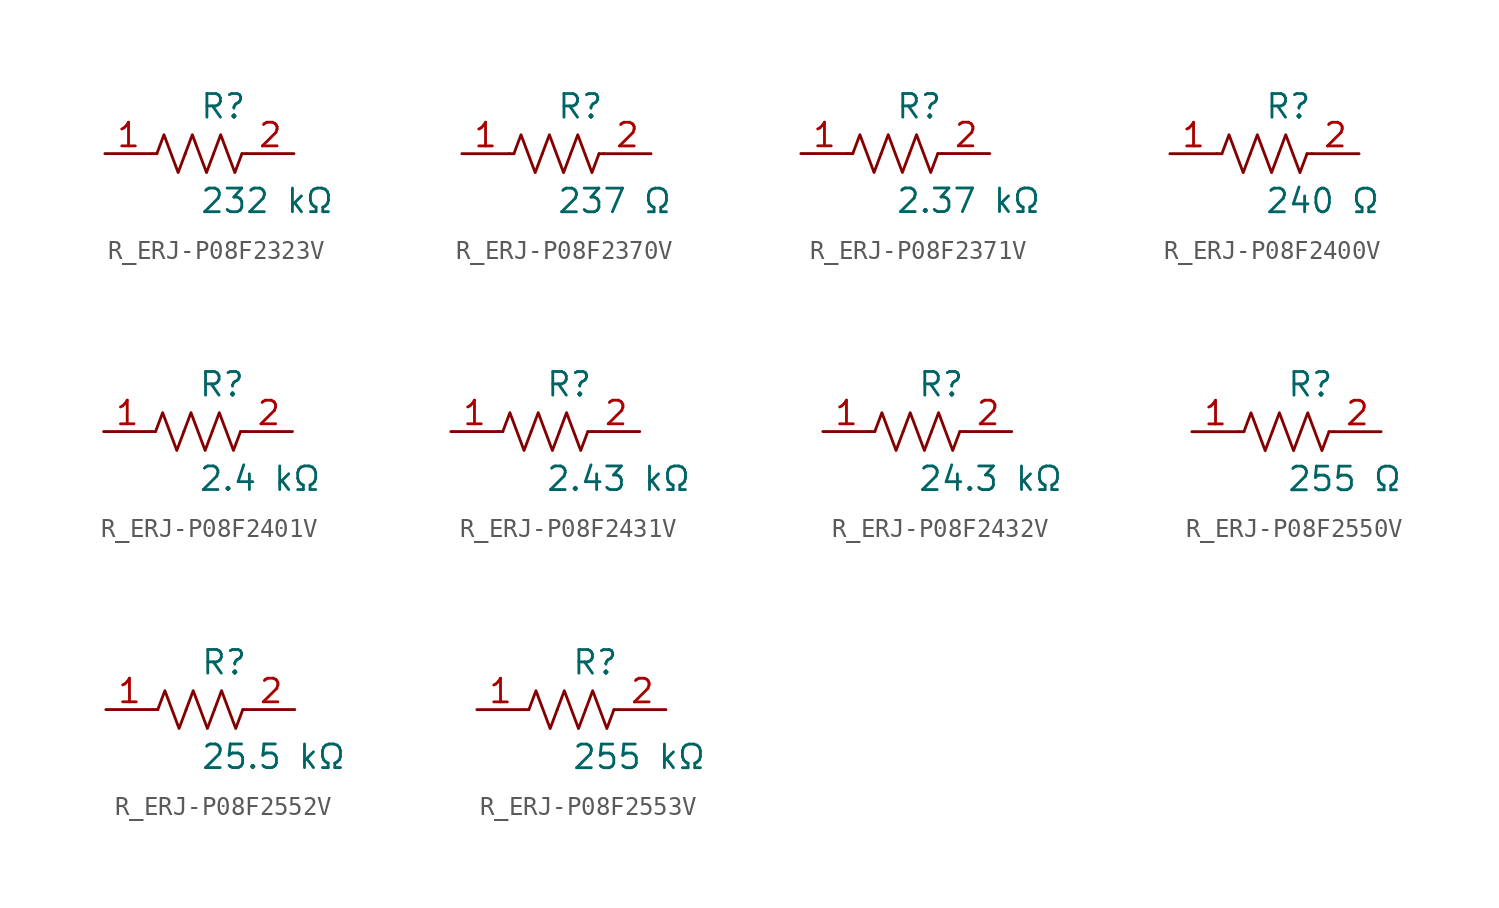
<source format=kicad_sym>
(kicad_symbol_lib
  (version 20231120)
  (generator kicad_symbol_editor)
  (generator_version 8.0)
  (symbol "R_ERJ-P08F2323V"
    (pin_names
      (offset 0.254))
    (property "Reference" "R"
      (at 0.0 2.54 0)
      (effects (font (size 1.27 1.27)) (justify left)))
    (property "Value" "232 kΩ"
      (at 0.0 -2.54 0)
      (effects (font (size 1.27 1.27)) (justify left)))
    (symbol "R_ERJ-P08F2323V_0_1"
      (polyline (pts (xy 2.286 0) (xy 2.54 0)) (stroke (width 0) (type default)) (fill (type none)))
      (polyline (pts (xy -2.286 0) (xy -2.54 0)) (stroke (width 0) (type default)) (fill (type none)))
      (polyline (pts (xy 0.762 0) (xy 1.143 1.016) (xy 1.524 0) (xy 1.905 -1.016) (xy 2.286 0)) (stroke (width 0) (type default)) (fill (type none)))
      (polyline (pts (xy -0.762 0) (xy -0.381 1.016) (xy 0 0) (xy 0.381 -1.016) (xy 0.762 0)) (stroke (width 0) (type default)) (fill (type none)))
      (polyline (pts (xy -2.286 0) (xy -1.905 1.016) (xy -1.524 0) (xy -1.143 -1.016) (xy -0.762 0)) (stroke (width 0) (type default)) (fill (type none))))
    (pin unspecified line
      (at -5.08 0 0)
      (length 2.54)
      (name "" (effects (font (size 1.27 1.27))))
      (number "1" (effects (font (size 1.27 1.27)))))
    (pin unspecified line
      (at 5.08 0 180)
      (length 2.54)
      (name "" (effects (font (size 1.27 1.27))))
      (number "2" (effects (font (size 1.27 1.27))))))
  (symbol "R_ERJ-P08F2370V"
    (pin_names
      (offset 0.254))
    (property "Reference" "R"
      (at 0.0 2.54 0)
      (effects (font (size 1.27 1.27)) (justify left)))
    (property "Value" "237 Ω"
      (at 0.0 -2.54 0)
      (effects (font (size 1.27 1.27)) (justify left)))
    (symbol "R_ERJ-P08F2370V_0_1"
      (polyline (pts (xy 2.286 0) (xy 2.54 0)) (stroke (width 0) (type default)) (fill (type none)))
      (polyline (pts (xy -2.286 0) (xy -2.54 0)) (stroke (width 0) (type default)) (fill (type none)))
      (polyline (pts (xy 0.762 0) (xy 1.143 1.016) (xy 1.524 0) (xy 1.905 -1.016) (xy 2.286 0)) (stroke (width 0) (type default)) (fill (type none)))
      (polyline (pts (xy -0.762 0) (xy -0.381 1.016) (xy 0 0) (xy 0.381 -1.016) (xy 0.762 0)) (stroke (width 0) (type default)) (fill (type none)))
      (polyline (pts (xy -2.286 0) (xy -1.905 1.016) (xy -1.524 0) (xy -1.143 -1.016) (xy -0.762 0)) (stroke (width 0) (type default)) (fill (type none))))
    (pin unspecified line
      (at -5.08 0 0)
      (length 2.54)
      (name "" (effects (font (size 1.27 1.27))))
      (number "1" (effects (font (size 1.27 1.27)))))
    (pin unspecified line
      (at 5.08 0 180)
      (length 2.54)
      (name "" (effects (font (size 1.27 1.27))))
      (number "2" (effects (font (size 1.27 1.27))))))
  (symbol "R_ERJ-P08F2371V"
    (pin_names
      (offset 0.254))
    (property "Reference" "R"
      (at 0.0 2.54 0)
      (effects (font (size 1.27 1.27)) (justify left)))
    (property "Value" "2.37 kΩ"
      (at 0.0 -2.54 0)
      (effects (font (size 1.27 1.27)) (justify left)))
    (symbol "R_ERJ-P08F2371V_0_1"
      (polyline (pts (xy 2.286 0) (xy 2.54 0)) (stroke (width 0) (type default)) (fill (type none)))
      (polyline (pts (xy -2.286 0) (xy -2.54 0)) (stroke (width 0) (type default)) (fill (type none)))
      (polyline (pts (xy 0.762 0) (xy 1.143 1.016) (xy 1.524 0) (xy 1.905 -1.016) (xy 2.286 0)) (stroke (width 0) (type default)) (fill (type none)))
      (polyline (pts (xy -0.762 0) (xy -0.381 1.016) (xy 0 0) (xy 0.381 -1.016) (xy 0.762 0)) (stroke (width 0) (type default)) (fill (type none)))
      (polyline (pts (xy -2.286 0) (xy -1.905 1.016) (xy -1.524 0) (xy -1.143 -1.016) (xy -0.762 0)) (stroke (width 0) (type default)) (fill (type none))))
    (pin unspecified line
      (at -5.08 0 0)
      (length 2.54)
      (name "" (effects (font (size 1.27 1.27))))
      (number "1" (effects (font (size 1.27 1.27)))))
    (pin unspecified line
      (at 5.08 0 180)
      (length 2.54)
      (name "" (effects (font (size 1.27 1.27))))
      (number "2" (effects (font (size 1.27 1.27))))))
  (symbol "R_ERJ-P08F2400V"
    (pin_names
      (offset 0.254))
    (property "Reference" "R"
      (at 0.0 2.54 0)
      (effects (font (size 1.27 1.27)) (justify left)))
    (property "Value" "240 Ω"
      (at 0.0 -2.54 0)
      (effects (font (size 1.27 1.27)) (justify left)))
    (symbol "R_ERJ-P08F2400V_0_1"
      (polyline (pts (xy 2.286 0) (xy 2.54 0)) (stroke (width 0) (type default)) (fill (type none)))
      (polyline (pts (xy -2.286 0) (xy -2.54 0)) (stroke (width 0) (type default)) (fill (type none)))
      (polyline (pts (xy 0.762 0) (xy 1.143 1.016) (xy 1.524 0) (xy 1.905 -1.016) (xy 2.286 0)) (stroke (width 0) (type default)) (fill (type none)))
      (polyline (pts (xy -0.762 0) (xy -0.381 1.016) (xy 0 0) (xy 0.381 -1.016) (xy 0.762 0)) (stroke (width 0) (type default)) (fill (type none)))
      (polyline (pts (xy -2.286 0) (xy -1.905 1.016) (xy -1.524 0) (xy -1.143 -1.016) (xy -0.762 0)) (stroke (width 0) (type default)) (fill (type none))))
    (pin unspecified line
      (at -5.08 0 0)
      (length 2.54)
      (name "" (effects (font (size 1.27 1.27))))
      (number "1" (effects (font (size 1.27 1.27)))))
    (pin unspecified line
      (at 5.08 0 180)
      (length 2.54)
      (name "" (effects (font (size 1.27 1.27))))
      (number "2" (effects (font (size 1.27 1.27))))))
  (symbol "R_ERJ-P08F2401V"
    (pin_names
      (offset 0.254))
    (property "Reference" "R"
      (at 0.0 2.54 0)
      (effects (font (size 1.27 1.27)) (justify left)))
    (property "Value" "2.4 kΩ"
      (at 0.0 -2.54 0)
      (effects (font (size 1.27 1.27)) (justify left)))
    (symbol "R_ERJ-P08F2401V_0_1"
      (polyline (pts (xy 2.286 0) (xy 2.54 0)) (stroke (width 0) (type default)) (fill (type none)))
      (polyline (pts (xy -2.286 0) (xy -2.54 0)) (stroke (width 0) (type default)) (fill (type none)))
      (polyline (pts (xy 0.762 0) (xy 1.143 1.016) (xy 1.524 0) (xy 1.905 -1.016) (xy 2.286 0)) (stroke (width 0) (type default)) (fill (type none)))
      (polyline (pts (xy -0.762 0) (xy -0.381 1.016) (xy 0 0) (xy 0.381 -1.016) (xy 0.762 0)) (stroke (width 0) (type default)) (fill (type none)))
      (polyline (pts (xy -2.286 0) (xy -1.905 1.016) (xy -1.524 0) (xy -1.143 -1.016) (xy -0.762 0)) (stroke (width 0) (type default)) (fill (type none))))
    (pin unspecified line
      (at -5.08 0 0)
      (length 2.54)
      (name "" (effects (font (size 1.27 1.27))))
      (number "1" (effects (font (size 1.27 1.27)))))
    (pin unspecified line
      (at 5.08 0 180)
      (length 2.54)
      (name "" (effects (font (size 1.27 1.27))))
      (number "2" (effects (font (size 1.27 1.27))))))
  (symbol "R_ERJ-P08F2431V"
    (pin_names
      (offset 0.254))
    (property "Reference" "R"
      (at 0.0 2.54 0)
      (effects (font (size 1.27 1.27)) (justify left)))
    (property "Value" "2.43 kΩ"
      (at 0.0 -2.54 0)
      (effects (font (size 1.27 1.27)) (justify left)))
    (symbol "R_ERJ-P08F2431V_0_1"
      (polyline (pts (xy 2.286 0) (xy 2.54 0)) (stroke (width 0) (type default)) (fill (type none)))
      (polyline (pts (xy -2.286 0) (xy -2.54 0)) (stroke (width 0) (type default)) (fill (type none)))
      (polyline (pts (xy 0.762 0) (xy 1.143 1.016) (xy 1.524 0) (xy 1.905 -1.016) (xy 2.286 0)) (stroke (width 0) (type default)) (fill (type none)))
      (polyline (pts (xy -0.762 0) (xy -0.381 1.016) (xy 0 0) (xy 0.381 -1.016) (xy 0.762 0)) (stroke (width 0) (type default)) (fill (type none)))
      (polyline (pts (xy -2.286 0) (xy -1.905 1.016) (xy -1.524 0) (xy -1.143 -1.016) (xy -0.762 0)) (stroke (width 0) (type default)) (fill (type none))))
    (pin unspecified line
      (at -5.08 0 0)
      (length 2.54)
      (name "" (effects (font (size 1.27 1.27))))
      (number "1" (effects (font (size 1.27 1.27)))))
    (pin unspecified line
      (at 5.08 0 180)
      (length 2.54)
      (name "" (effects (font (size 1.27 1.27))))
      (number "2" (effects (font (size 1.27 1.27))))))
  (symbol "R_ERJ-P08F2432V"
    (pin_names
      (offset 0.254))
    (property "Reference" "R"
      (at 0.0 2.54 0)
      (effects (font (size 1.27 1.27)) (justify left)))
    (property "Value" "24.3 kΩ"
      (at 0.0 -2.54 0)
      (effects (font (size 1.27 1.27)) (justify left)))
    (symbol "R_ERJ-P08F2432V_0_1"
      (polyline (pts (xy 2.286 0) (xy 2.54 0)) (stroke (width 0) (type default)) (fill (type none)))
      (polyline (pts (xy -2.286 0) (xy -2.54 0)) (stroke (width 0) (type default)) (fill (type none)))
      (polyline (pts (xy 0.762 0) (xy 1.143 1.016) (xy 1.524 0) (xy 1.905 -1.016) (xy 2.286 0)) (stroke (width 0) (type default)) (fill (type none)))
      (polyline (pts (xy -0.762 0) (xy -0.381 1.016) (xy 0 0) (xy 0.381 -1.016) (xy 0.762 0)) (stroke (width 0) (type default)) (fill (type none)))
      (polyline (pts (xy -2.286 0) (xy -1.905 1.016) (xy -1.524 0) (xy -1.143 -1.016) (xy -0.762 0)) (stroke (width 0) (type default)) (fill (type none))))
    (pin unspecified line
      (at -5.08 0 0)
      (length 2.54)
      (name "" (effects (font (size 1.27 1.27))))
      (number "1" (effects (font (size 1.27 1.27)))))
    (pin unspecified line
      (at 5.08 0 180)
      (length 2.54)
      (name "" (effects (font (size 1.27 1.27))))
      (number "2" (effects (font (size 1.27 1.27))))))
  (symbol "R_ERJ-P08F2550V"
    (pin_names
      (offset 0.254))
    (property "Reference" "R"
      (at 0.0 2.54 0)
      (effects (font (size 1.27 1.27)) (justify left)))
    (property "Value" "255 Ω"
      (at 0.0 -2.54 0)
      (effects (font (size 1.27 1.27)) (justify left)))
    (symbol "R_ERJ-P08F2550V_0_1"
      (polyline (pts (xy 2.286 0) (xy 2.54 0)) (stroke (width 0) (type default)) (fill (type none)))
      (polyline (pts (xy -2.286 0) (xy -2.54 0)) (stroke (width 0) (type default)) (fill (type none)))
      (polyline (pts (xy 0.762 0) (xy 1.143 1.016) (xy 1.524 0) (xy 1.905 -1.016) (xy 2.286 0)) (stroke (width 0) (type default)) (fill (type none)))
      (polyline (pts (xy -0.762 0) (xy -0.381 1.016) (xy 0 0) (xy 0.381 -1.016) (xy 0.762 0)) (stroke (width 0) (type default)) (fill (type none)))
      (polyline (pts (xy -2.286 0) (xy -1.905 1.016) (xy -1.524 0) (xy -1.143 -1.016) (xy -0.762 0)) (stroke (width 0) (type default)) (fill (type none))))
    (pin unspecified line
      (at -5.08 0 0)
      (length 2.54)
      (name "" (effects (font (size 1.27 1.27))))
      (number "1" (effects (font (size 1.27 1.27)))))
    (pin unspecified line
      (at 5.08 0 180)
      (length 2.54)
      (name "" (effects (font (size 1.27 1.27))))
      (number "2" (effects (font (size 1.27 1.27))))))
  (symbol "R_ERJ-P08F2552V"
    (pin_names
      (offset 0.254))
    (property "Reference" "R"
      (at 0.0 2.54 0)
      (effects (font (size 1.27 1.27)) (justify left)))
    (property "Value" "25.5 kΩ"
      (at 0.0 -2.54 0)
      (effects (font (size 1.27 1.27)) (justify left)))
    (symbol "R_ERJ-P08F2552V_0_1"
      (polyline (pts (xy 2.286 0) (xy 2.54 0)) (stroke (width 0) (type default)) (fill (type none)))
      (polyline (pts (xy -2.286 0) (xy -2.54 0)) (stroke (width 0) (type default)) (fill (type none)))
      (polyline (pts (xy 0.762 0) (xy 1.143 1.016) (xy 1.524 0) (xy 1.905 -1.016) (xy 2.286 0)) (stroke (width 0) (type default)) (fill (type none)))
      (polyline (pts (xy -0.762 0) (xy -0.381 1.016) (xy 0 0) (xy 0.381 -1.016) (xy 0.762 0)) (stroke (width 0) (type default)) (fill (type none)))
      (polyline (pts (xy -2.286 0) (xy -1.905 1.016) (xy -1.524 0) (xy -1.143 -1.016) (xy -0.762 0)) (stroke (width 0) (type default)) (fill (type none))))
    (pin unspecified line
      (at -5.08 0 0)
      (length 2.54)
      (name "" (effects (font (size 1.27 1.27))))
      (number "1" (effects (font (size 1.27 1.27)))))
    (pin unspecified line
      (at 5.08 0 180)
      (length 2.54)
      (name "" (effects (font (size 1.27 1.27))))
      (number "2" (effects (font (size 1.27 1.27))))))
  (symbol "R_ERJ-P08F2553V"
    (pin_names
      (offset 0.254))
    (property "Reference" "R"
      (at 0.0 2.54 0)
      (effects (font (size 1.27 1.27)) (justify left)))
    (property "Value" "255 kΩ"
      (at 0.0 -2.54 0)
      (effects (font (size 1.27 1.27)) (justify left)))
    (symbol "R_ERJ-P08F2553V_0_1"
      (polyline (pts (xy 2.286 0) (xy 2.54 0)) (stroke (width 0) (type default)) (fill (type none)))
      (polyline (pts (xy -2.286 0) (xy -2.54 0)) (stroke (width 0) (type default)) (fill (type none)))
      (polyline (pts (xy 0.762 0) (xy 1.143 1.016) (xy 1.524 0) (xy 1.905 -1.016) (xy 2.286 0)) (stroke (width 0) (type default)) (fill (type none)))
      (polyline (pts (xy -0.762 0) (xy -0.381 1.016) (xy 0 0) (xy 0.381 -1.016) (xy 0.762 0)) (stroke (width 0) (type default)) (fill (type none)))
      (polyline (pts (xy -2.286 0) (xy -1.905 1.016) (xy -1.524 0) (xy -1.143 -1.016) (xy -0.762 0)) (stroke (width 0) (type default)) (fill (type none))))
    (pin unspecified line
      (at -5.08 0 0)
      (length 2.54)
      (name "" (effects (font (size 1.27 1.27))))
      (number "1" (effects (font (size 1.27 1.27)))))
    (pin unspecified line
      (at 5.08 0 180)
      (length 2.54)
      (name "" (effects (font (size 1.27 1.27))))
      (number "2" (effects (font (size 1.27 1.27)))))))
</source>
